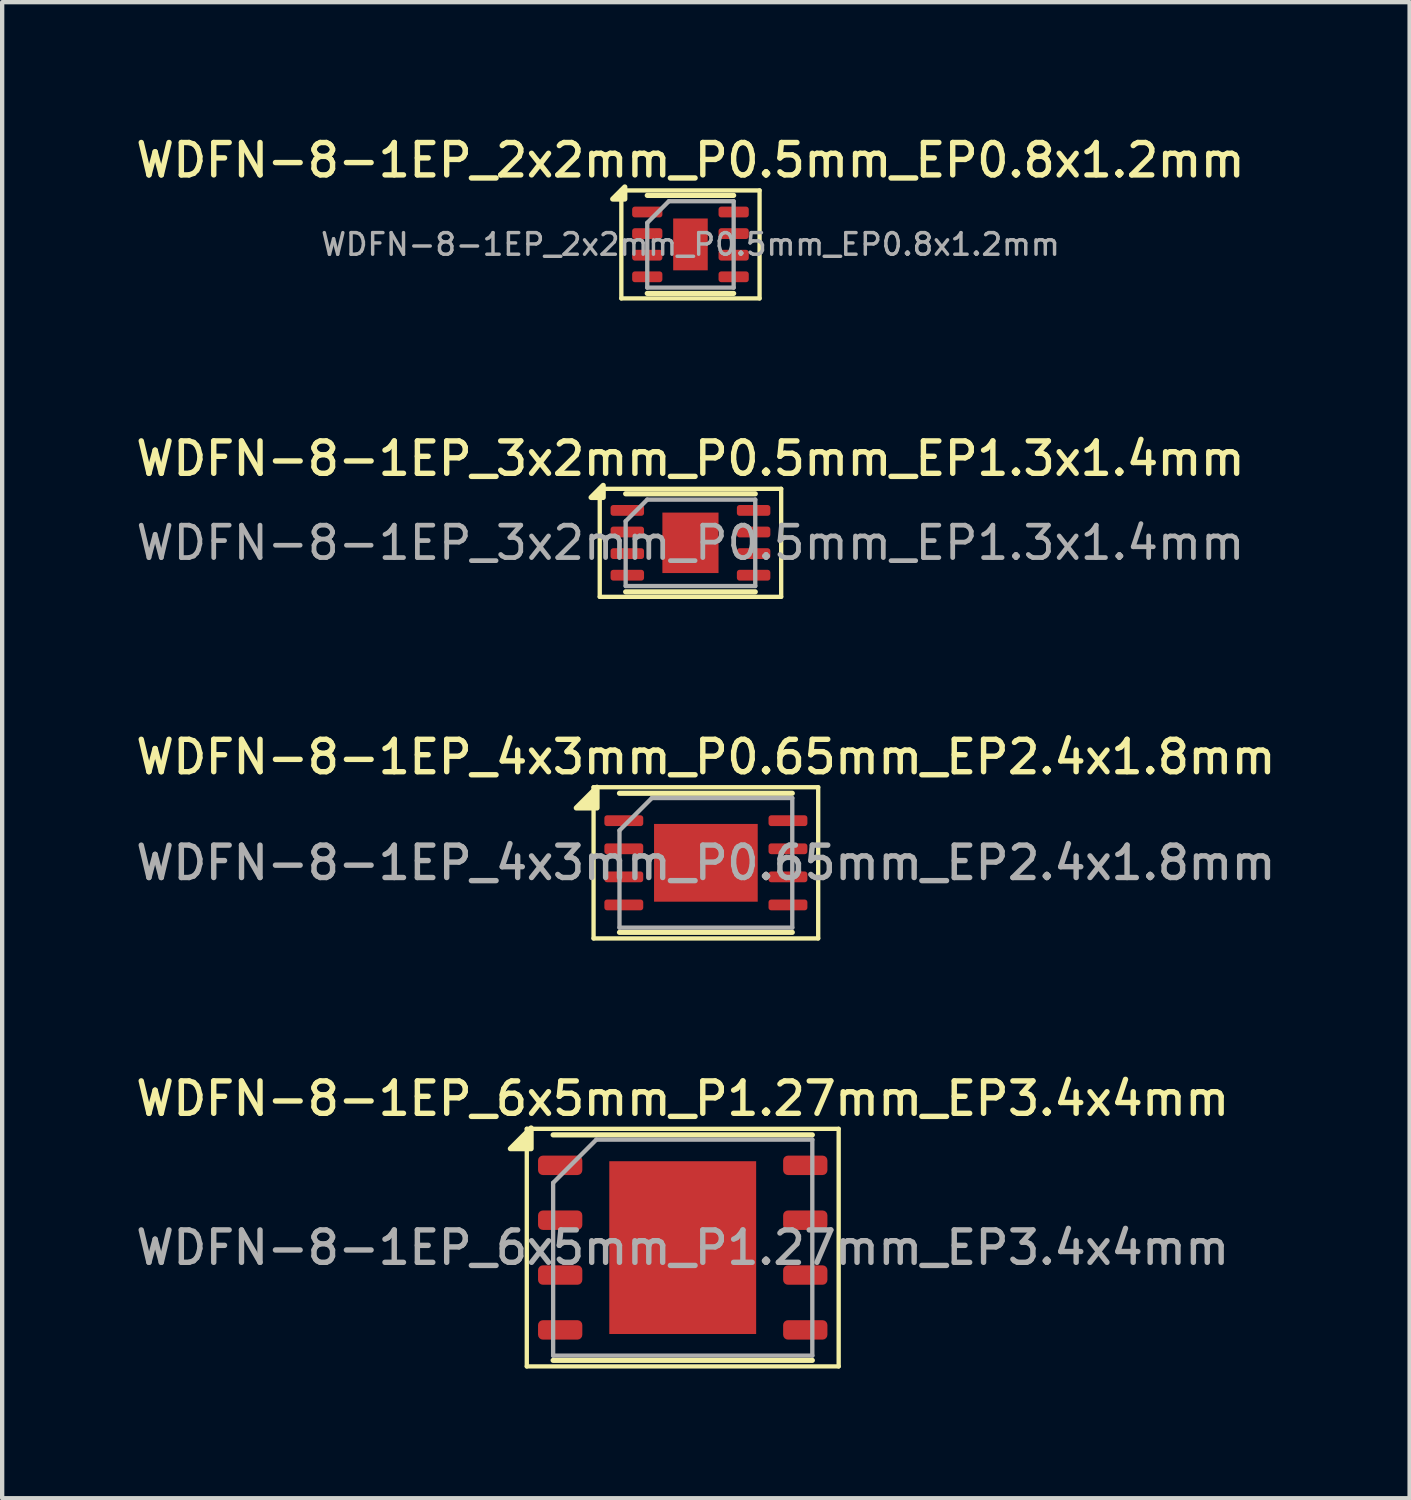
<source format=kicad_pcb>
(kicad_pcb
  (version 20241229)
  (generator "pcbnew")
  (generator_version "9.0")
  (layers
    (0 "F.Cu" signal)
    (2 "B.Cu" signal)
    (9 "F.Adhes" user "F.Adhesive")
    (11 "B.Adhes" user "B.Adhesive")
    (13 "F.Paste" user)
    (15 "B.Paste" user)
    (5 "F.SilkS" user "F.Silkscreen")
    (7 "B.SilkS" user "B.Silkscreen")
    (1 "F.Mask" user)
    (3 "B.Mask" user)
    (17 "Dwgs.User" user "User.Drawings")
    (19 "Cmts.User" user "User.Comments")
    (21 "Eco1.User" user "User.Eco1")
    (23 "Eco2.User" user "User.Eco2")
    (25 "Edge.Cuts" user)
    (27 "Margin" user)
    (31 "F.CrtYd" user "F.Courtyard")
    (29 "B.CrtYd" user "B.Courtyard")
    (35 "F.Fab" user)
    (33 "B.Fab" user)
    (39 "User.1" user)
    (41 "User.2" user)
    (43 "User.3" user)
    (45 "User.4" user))
  (footprint "WDFN-8-1EP_3x2mm_P0.5mm_EP1.3x1.4mm"
    (layer "F.Cu")
    (at 12.934 9.516)
    (property "Reference" "WDFN-8-1EP_3x2mm_P0.5mm_EP1.3x1.4mm" (at 0 -1.95 0) (layer "F.SilkS") (effects (font (size 0.75 0.75) (thickness 0.125))))
    (attr smd)
    (fp_line (start -2.1 -1.25) (end -2.1 1.25) (stroke (width 0.1) (type solid)) (layer "F.SilkS"))
    (fp_line (start -2.1 1.25) (end 2.1 1.25) (stroke (width 0.1) (type solid)) (layer "F.SilkS"))
    (fp_line (start -1.5 -1.135) (end 1.5 -1.135) (stroke (width 0.12) (type solid)) (layer "F.SilkS"))
    (fp_line (start -1.5 1.135) (end 1.5 1.135) (stroke (width 0.12) (type solid)) (layer "F.SilkS"))
    (fp_line (start 2.1 -1.25) (end -2.1 -1.25) (stroke (width 0.1) (type solid)) (layer "F.SilkS"))
    (fp_line (start 2.1 1.25) (end 2.1 -1.25) (stroke (width 0.1) (type solid)) (layer "F.SilkS"))
    (fp_poly (pts (xy -2.02 -1.05) (xy -2.3 -1.05) (xy -2.02 -1.33) (xy -2.02 -1.05)) (stroke (width 0.12) (type solid)) (fill yes) (layer "F.SilkS"))
    (fp_line (start -1.5 -0.5) (end -1 -1) (stroke (width 0.1) (type solid)) (layer "F.Fab"))
    (fp_line (start -1.5 1) (end -1.5 -0.5) (stroke (width 0.1) (type solid)) (layer "F.Fab"))
    (fp_line (start -1 -1) (end 1.5 -1) (stroke (width 0.1) (type solid)) (layer "F.Fab"))
    (fp_line (start 1.5 -1) (end 1.5 1) (stroke (width 0.1) (type solid)) (layer "F.Fab"))
    (fp_line (start 1.5 1) (end -1.5 1) (stroke (width 0.1) (type solid)) (layer "F.Fab"))
    (fp_text user "${REFERENCE}" (at 0 0 0) (layer "F.Fab") (effects (font (size 0.75 0.75) (thickness 0.11))))
    (pad "" smd roundrect (at -0.325 -0.35) (size 0.52 0.56) (layers "F.Paste") (roundrect_rratio 0.25))
    (pad "" smd roundrect (at -0.325 0.35) (size 0.52 0.56) (layers "F.Paste") (roundrect_rratio 0.25))
    (pad "" smd roundrect (at 0.325 -0.35) (size 0.52 0.56) (layers "F.Paste") (roundrect_rratio 0.25))
    (pad "" smd roundrect (at 0.325 0.35) (size 0.52 0.56) (layers "F.Paste") (roundrect_rratio 0.25))
    (pad "1" smd roundrect (at -1.462 -0.75) (size 0.775 0.25) (layers "F.Cu" "F.Mask" "F.Paste") (roundrect_rratio 0.25))
    (pad "2" smd roundrect (at -1.462 -0.25) (size 0.775 0.25) (layers "F.Cu" "F.Mask" "F.Paste") (roundrect_rratio 0.25))
    (pad "3" smd roundrect (at -1.462 0.25) (size 0.775 0.25) (layers "F.Cu" "F.Mask" "F.Paste") (roundrect_rratio 0.25))
    (pad "4" smd roundrect (at -1.462 0.75) (size 0.775 0.25) (layers "F.Cu" "F.Mask" "F.Paste") (roundrect_rratio 0.25))
    (pad "5" smd roundrect (at 1.462 0.75) (size 0.775 0.25) (layers "F.Cu" "F.Mask" "F.Paste") (roundrect_rratio 0.25))
    (pad "6" smd roundrect (at 1.462 0.25) (size 0.775 0.25) (layers "F.Cu" "F.Mask" "F.Paste") (roundrect_rratio 0.25))
    (pad "7" smd roundrect (at 1.462 -0.25) (size 0.775 0.25) (layers "F.Cu" "F.Mask" "F.Paste") (roundrect_rratio 0.25))
    (pad "8" smd roundrect (at 1.462 -0.75) (size 0.775 0.25) (layers "F.Cu" "F.Mask" "F.Paste") (roundrect_rratio 0.25))
    (pad "9" smd rect (at 0 0) (size 1.3 1.4) (property pad_prop_heatsink) (layers "F.Cu" "F.Mask")))
  (footprint "WDFN-8-1EP_2x2mm_P0.5mm_EP0.8x1.2mm"
    (layer "F.Cu")
    (at 12.934 2.608)
    (property "Reference" "WDFN-8-1EP_2x2mm_P0.5mm_EP0.8x1.2mm" (at 0 -1.95 0) (layer "F.SilkS") (effects (font (size 0.75 0.75) (thickness 0.125))))
    (attr smd)
    (fp_line (start -1.6 -1.25) (end -1.6 1.25) (stroke (width 0.1) (type solid)) (layer "F.SilkS"))
    (fp_line (start -1.6 1.25) (end 1.6 1.25) (stroke (width 0.1) (type solid)) (layer "F.SilkS"))
    (fp_line (start -1 -1.135) (end 1 -1.135) (stroke (width 0.12) (type solid)) (layer "F.SilkS"))
    (fp_line (start -1 1.135) (end 1 1.135) (stroke (width 0.12) (type solid)) (layer "F.SilkS"))
    (fp_line (start 1.6 -1.25) (end -1.6 -1.25) (stroke (width 0.1) (type solid)) (layer "F.SilkS"))
    (fp_line (start 1.6 1.25) (end 1.6 -1.25) (stroke (width 0.1) (type solid)) (layer "F.SilkS"))
    (fp_poly (pts (xy -1.52 -1.05) (xy -1.8 -1.05) (xy -1.52 -1.33) (xy -1.52 -1.05)) (stroke (width 0.12) (type solid)) (fill yes) (layer "F.SilkS"))
    (fp_line (start -1 -0.5) (end -0.5 -1) (stroke (width 0.1) (type solid)) (layer "F.Fab"))
    (fp_line (start -1 1) (end -1 -0.5) (stroke (width 0.1) (type solid)) (layer "F.Fab"))
    (fp_line (start -0.5 -1) (end 1 -1) (stroke (width 0.1) (type solid)) (layer "F.Fab"))
    (fp_line (start 1 -1) (end 1 1) (stroke (width 0.1) (type solid)) (layer "F.Fab"))
    (fp_line (start 1 1) (end -1 1) (stroke (width 0.1) (type solid)) (layer "F.Fab"))
    (fp_text user "${REFERENCE}" (at 0 0 0) (layer "F.Fab") (effects (font (size 0.5 0.5) (thickness 0.08))))
    (pad "" smd roundrect (at -0.2 -0.3) (size 0.32 0.48) (layers "F.Paste") (roundrect_rratio 0.25))
    (pad "" smd roundrect (at -0.2 0.3) (size 0.32 0.48) (layers "F.Paste") (roundrect_rratio 0.25))
    (pad "" smd roundrect (at 0.2 -0.3) (size 0.32 0.48) (layers "F.Paste") (roundrect_rratio 0.25))
    (pad "" smd roundrect (at 0.2 0.3) (size 0.32 0.48) (layers "F.Paste") (roundrect_rratio 0.25))
    (pad "1" smd roundrect (at -1 -0.75) (size 0.7 0.25) (layers "F.Cu" "F.Mask" "F.Paste") (roundrect_rratio 0.25))
    (pad "2" smd roundrect (at -1 -0.25) (size 0.7 0.25) (layers "F.Cu" "F.Mask" "F.Paste") (roundrect_rratio 0.25))
    (pad "3" smd roundrect (at -1 0.25) (size 0.7 0.25) (layers "F.Cu" "F.Mask" "F.Paste") (roundrect_rratio 0.25))
    (pad "4" smd roundrect (at -1 0.75) (size 0.7 0.25) (layers "F.Cu" "F.Mask" "F.Paste") (roundrect_rratio 0.25))
    (pad "5" smd roundrect (at 1 0.75) (size 0.7 0.25) (layers "F.Cu" "F.Mask" "F.Paste") (roundrect_rratio 0.25))
    (pad "6" smd roundrect (at 1 0.25) (size 0.7 0.25) (layers "F.Cu" "F.Mask" "F.Paste") (roundrect_rratio 0.25))
    (pad "7" smd roundrect (at 1 -0.25) (size 0.7 0.25) (layers "F.Cu" "F.Mask" "F.Paste") (roundrect_rratio 0.25))
    (pad "8" smd roundrect (at 1 -0.75) (size 0.7 0.25) (layers "F.Cu" "F.Mask" "F.Paste") (roundrect_rratio 0.25))
    (pad "9" smd rect (at 0 0) (size 0.8 1.2) (property pad_prop_heatsink) (layers "F.Cu" "F.Mask")))
  (footprint "WDFN-8-1EP_6x5mm_P1.27mm_EP3.4x4mm"
    (layer "F.Cu")
    (at 12.755 25.832)
    (property "Reference" "WDFN-8-1EP_6x5mm_P1.27mm_EP3.4x4mm" (at 0 -3.45 0) (layer "F.SilkS") (effects (font (size 0.75 0.75) (thickness 0.125))))
    (attr smd)
    (fp_line (start -3.61 -2.75) (end -3.61 2.75) (stroke (width 0.1) (type solid)) (layer "F.SilkS"))
    (fp_line (start -3.61 2.75) (end 3.61 2.75) (stroke (width 0.1) (type solid)) (layer "F.SilkS"))
    (fp_line (start -3 -2.61) (end 3 -2.61) (stroke (width 0.12) (type solid)) (layer "F.SilkS"))
    (fp_line (start -3 2.61) (end 3 2.61) (stroke (width 0.12) (type solid)) (layer "F.SilkS"))
    (fp_line (start 3.61 -2.75) (end -3.61 -2.75) (stroke (width 0.1) (type solid)) (layer "F.SilkS"))
    (fp_line (start 3.61 2.75) (end 3.61 -2.75) (stroke (width 0.1) (type solid)) (layer "F.SilkS"))
    (fp_poly (pts (xy -3.51 -2.29) (xy -3.99 -2.29) (xy -3.51 -2.77) (xy -3.51 -2.29)) (stroke (width 0.12) (type solid)) (fill yes) (layer "F.SilkS"))
    (fp_line (start -3 -1.5) (end -2 -2.5) (stroke (width 0.1) (type solid)) (layer "F.Fab"))
    (fp_line (start -3 2.5) (end -3 -1.5) (stroke (width 0.1) (type solid)) (layer "F.Fab"))
    (fp_line (start -2 -2.5) (end 3 -2.5) (stroke (width 0.1) (type solid)) (layer "F.Fab"))
    (fp_line (start 3 -2.5) (end 3 2.5) (stroke (width 0.1) (type solid)) (layer "F.Fab"))
    (fp_line (start 3 2.5) (end -3 2.5) (stroke (width 0.1) (type solid)) (layer "F.Fab"))
    (fp_text user "${REFERENCE}" (at 0 0 0) (layer "F.Fab") (effects (font (size 0.75 0.75) (thickness 0.125))))
    (pad "" smd roundrect (at -0.85 -1) (size 1.37 1.61) (layers "F.Paste") (roundrect_rratio 0.182))
    (pad "" smd roundrect (at -0.85 1) (size 1.37 1.61) (layers "F.Paste") (roundrect_rratio 0.182))
    (pad "" smd roundrect (at 0.85 -1) (size 1.37 1.61) (layers "F.Paste") (roundrect_rratio 0.182))
    (pad "" smd roundrect (at 0.85 1) (size 1.37 1.61) (layers "F.Paste") (roundrect_rratio 0.182))
    (pad "1" smd roundrect (at -2.837 -1.905) (size 1.025 0.45) (layers "F.Cu" "F.Mask" "F.Paste") (roundrect_rratio 0.25))
    (pad "2" smd roundrect (at -2.837 -0.635) (size 1.025 0.45) (layers "F.Cu" "F.Mask" "F.Paste") (roundrect_rratio 0.25))
    (pad "3" smd roundrect (at -2.837 0.635) (size 1.025 0.45) (layers "F.Cu" "F.Mask" "F.Paste") (roundrect_rratio 0.25))
    (pad "4" smd roundrect (at -2.837 1.905) (size 1.025 0.45) (layers "F.Cu" "F.Mask" "F.Paste") (roundrect_rratio 0.25))
    (pad "5" smd roundrect (at 2.837 1.905) (size 1.025 0.45) (layers "F.Cu" "F.Mask" "F.Paste") (roundrect_rratio 0.25))
    (pad "6" smd roundrect (at 2.837 0.635) (size 1.025 0.45) (layers "F.Cu" "F.Mask" "F.Paste") (roundrect_rratio 0.25))
    (pad "7" smd roundrect (at 2.837 -0.635) (size 1.025 0.45) (layers "F.Cu" "F.Mask" "F.Paste") (roundrect_rratio 0.25))
    (pad "8" smd roundrect (at 2.837 -1.905) (size 1.025 0.45) (layers "F.Cu" "F.Mask" "F.Paste") (roundrect_rratio 0.25))
    (pad "9" smd rect (at 0 0) (size 3.4 4) (property pad_prop_heatsink) (layers "F.Cu" "F.Mask")))
  (footprint "WDFN-8-1EP_4x3mm_P0.65mm_EP2.4x1.8mm"
    (layer "F.Cu")
    (at 13.291 16.924)
    (property "Reference" "WDFN-8-1EP_4x3mm_P0.65mm_EP2.4x1.8mm" (at 0 -2.45 0) (layer "F.SilkS") (effects (font (size 0.75 0.75) (thickness 0.125))))
    (attr smd)
    (fp_line (start -2.6 -1.75) (end -2.6 1.75) (stroke (width 0.1) (type solid)) (layer "F.SilkS"))
    (fp_line (start -2.6 1.75) (end 2.6 1.75) (stroke (width 0.1) (type solid)) (layer "F.SilkS"))
    (fp_line (start -2 -1.61) (end 2 -1.61) (stroke (width 0.12) (type solid)) (layer "F.SilkS"))
    (fp_line (start -2 1.61) (end 2 1.61) (stroke (width 0.12) (type solid)) (layer "F.SilkS"))
    (fp_line (start 2.6 -1.75) (end -2.6 -1.75) (stroke (width 0.1) (type solid)) (layer "F.SilkS"))
    (fp_line (start 2.6 1.75) (end 2.6 -1.75) (stroke (width 0.1) (type solid)) (layer "F.SilkS"))
    (fp_poly (pts (xy -2.52 -1.27) (xy -3 -1.27) (xy -2.52 -1.75) (xy -2.52 -1.27)) (stroke (width 0.12) (type solid)) (fill yes) (layer "F.SilkS"))
    (fp_line (start -2 -0.75) (end -1.25 -1.5) (stroke (width 0.1) (type solid)) (layer "F.Fab"))
    (fp_line (start -2 1.5) (end -2 -0.75) (stroke (width 0.1) (type solid)) (layer "F.Fab"))
    (fp_line (start -1.25 -1.5) (end 2 -1.5) (stroke (width 0.1) (type solid)) (layer "F.Fab"))
    (fp_line (start 2 -1.5) (end 2 1.5) (stroke (width 0.1) (type solid)) (layer "F.Fab"))
    (fp_line (start 2 1.5) (end -2 1.5) (stroke (width 0.1) (type solid)) (layer "F.Fab"))
    (fp_text user "${REFERENCE}" (at 0 0 0) (layer "F.Fab") (effects (font (size 0.75 0.75) (thickness 0.125))))
    (pad "" smd roundrect (at -0.6 -0.45) (size 0.97 0.73) (layers "F.Paste") (roundrect_rratio 0.25))
    (pad "" smd roundrect (at -0.6 0.45) (size 0.97 0.73) (layers "F.Paste") (roundrect_rratio 0.25))
    (pad "" smd roundrect (at 0.6 -0.45) (size 0.97 0.73) (layers "F.Paste") (roundrect_rratio 0.25))
    (pad "" smd roundrect (at 0.6 0.45) (size 0.97 0.73) (layers "F.Paste") (roundrect_rratio 0.25))
    (pad "1" smd roundrect (at -1.9 -0.975) (size 0.9 0.25) (layers "F.Cu" "F.Mask" "F.Paste") (roundrect_rratio 0.25))
    (pad "2" smd roundrect (at -1.9 -0.325) (size 0.9 0.25) (layers "F.Cu" "F.Mask" "F.Paste") (roundrect_rratio 0.25))
    (pad "3" smd roundrect (at -1.9 0.325) (size 0.9 0.25) (layers "F.Cu" "F.Mask" "F.Paste") (roundrect_rratio 0.25))
    (pad "4" smd roundrect (at -1.9 0.975) (size 0.9 0.25) (layers "F.Cu" "F.Mask" "F.Paste") (roundrect_rratio 0.25))
    (pad "5" smd roundrect (at 1.9 0.975) (size 0.9 0.25) (layers "F.Cu" "F.Mask" "F.Paste") (roundrect_rratio 0.25))
    (pad "6" smd roundrect (at 1.9 0.325) (size 0.9 0.25) (layers "F.Cu" "F.Mask" "F.Paste") (roundrect_rratio 0.25))
    (pad "7" smd roundrect (at 1.9 -0.325) (size 0.9 0.25) (layers "F.Cu" "F.Mask" "F.Paste") (roundrect_rratio 0.25))
    (pad "8" smd roundrect (at 1.9 -0.975) (size 0.9 0.25) (layers "F.Cu" "F.Mask" "F.Paste") (roundrect_rratio 0.25))
    (pad "9" smd rect (at 0 0) (size 2.4 1.8) (property pad_prop_heatsink) (layers "F.Cu" "F.Mask")))
  (gr_rect
    (start -3 -3)
    (end 29.582 31.633)
    (stroke (width 0.1) (type default))
    (fill no)
    (layer "Edge.Cuts")))
</source>
